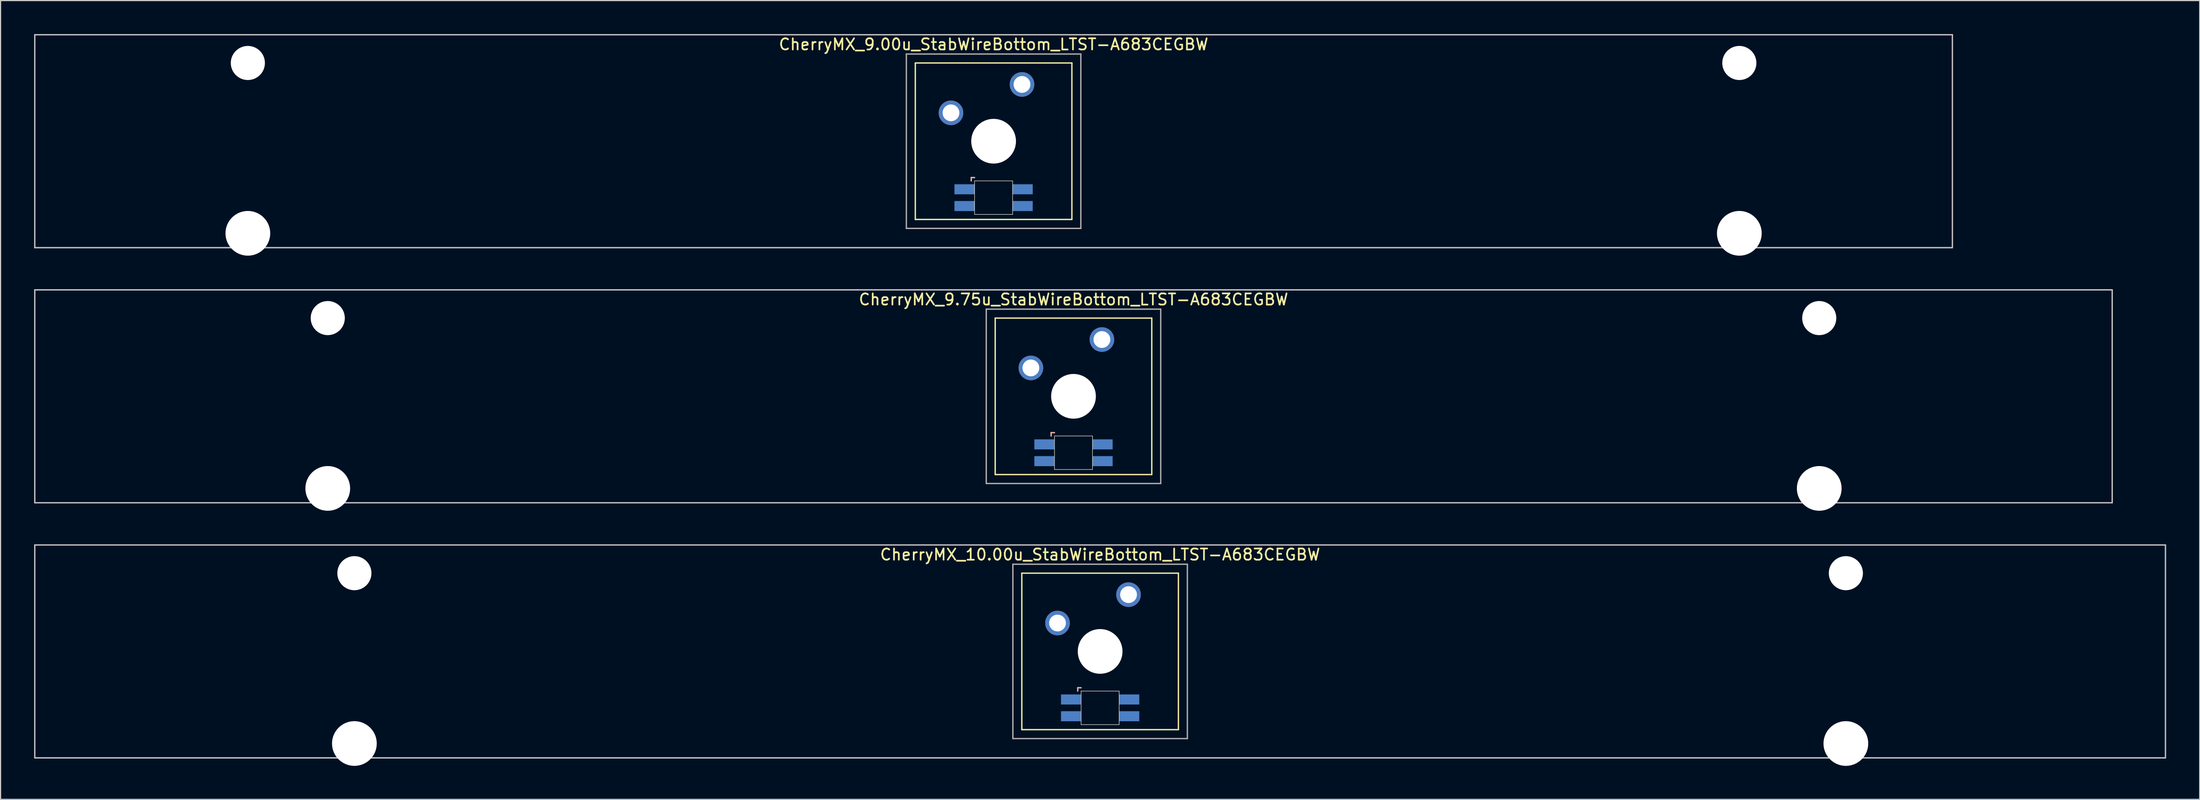
<source format=kicad_pcb>
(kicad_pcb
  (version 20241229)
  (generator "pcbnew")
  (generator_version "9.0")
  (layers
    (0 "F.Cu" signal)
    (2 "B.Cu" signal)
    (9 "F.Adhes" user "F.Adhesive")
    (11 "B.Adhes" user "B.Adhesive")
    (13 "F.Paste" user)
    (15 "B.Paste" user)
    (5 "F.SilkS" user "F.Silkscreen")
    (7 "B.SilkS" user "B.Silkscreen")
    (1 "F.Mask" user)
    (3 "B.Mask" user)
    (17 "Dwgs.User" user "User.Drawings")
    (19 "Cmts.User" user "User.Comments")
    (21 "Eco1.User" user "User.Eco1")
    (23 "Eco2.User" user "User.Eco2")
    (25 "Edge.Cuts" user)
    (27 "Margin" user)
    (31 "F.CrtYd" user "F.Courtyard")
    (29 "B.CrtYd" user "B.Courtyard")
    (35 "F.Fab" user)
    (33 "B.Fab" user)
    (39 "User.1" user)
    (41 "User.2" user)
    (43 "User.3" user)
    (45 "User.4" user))
  (footprint "CherryMX_9.75u_StabWireBottom_LTST-A683CEGBW"
    (layer "F.Cu")
    (at 92.929 32.41)
    (property "Reference" "CherryMX_9.75u_StabWireBottom_LTST-A683CEGBW" (at 0 -8.662 0) (layer "F.SilkS") (effects (font (size 1 1) (thickness 0.15))))
    (attr through_hole)
    (fp_line (start -7 -7) (end -7 7) (stroke (width 0.12) (type solid)) (layer "F.SilkS"))
    (fp_line (start -7 -7) (end 7 -7) (stroke (width 0.12) (type solid)) (layer "F.SilkS"))
    (fp_line (start 7 -7) (end 7 7) (stroke (width 0.12) (type solid)) (layer "F.SilkS"))
    (fp_line (start 7 7) (end -7 7) (stroke (width 0.12) (type solid)) (layer "F.SilkS"))
    (fp_line (start -2 3.25) (end -2 3.55) (stroke (width 0.12) (type solid)) (layer "B.SilkS"))
    (fp_line (start -1.7 3.25) (end -2 3.25) (stroke (width 0.12) (type solid)) (layer "B.SilkS"))
    (fp_line (start -92.869 -9.525) (end 92.869 -9.525) (stroke (width 0.12) (type solid)) (layer "Dwgs.User"))
    (fp_line (start -92.869 9.525) (end -92.869 -9.525) (stroke (width 0.12) (type solid)) (layer "Dwgs.User"))
    (fp_line (start 92.869 -9.525) (end 92.869 9.525) (stroke (width 0.12) (type solid)) (layer "Dwgs.User"))
    (fp_line (start 92.869 9.525) (end -92.869 9.525) (stroke (width 0.12) (type solid)) (layer "Dwgs.User"))
    (fp_line (start -1.7 3.55) (end 1.7 3.55) (stroke (width 0.05) (type solid)) (layer "Edge.Cuts"))
    (fp_line (start -1.7 6.55) (end -1.7 3.55) (stroke (width 0.05) (type solid)) (layer "Edge.Cuts"))
    (fp_line (start 1.7 3.55) (end 1.7 6.55) (stroke (width 0.05) (type solid)) (layer "Edge.Cuts"))
    (fp_line (start 1.7 6.55) (end -1.7 6.55) (stroke (width 0.05) (type solid)) (layer "Edge.Cuts"))
    (fp_line (start -7.8 -7.8) (end -7.8 7.8) (stroke (width 0.12) (type solid)) (layer "F.Fab"))
    (fp_line (start -7.8 -7.8) (end 7.8 -7.8) (stroke (width 0.12) (type solid)) (layer "F.Fab"))
    (fp_line (start -7.8 7.8) (end 7.8 7.8) (stroke (width 0.12) (type solid)) (layer "F.Fab"))
    (fp_line (start 7.8 -7.8) (end 7.8 7.8) (stroke (width 0.12) (type solid)) (layer "F.Fab"))
    (pad "" np_thru_hole circle (at -66.675 -7) (size 3.05 3.05) (drill 3.05) (layers "*.Cu" "*.Mask"))
    (pad "" np_thru_hole circle (at -66.675 8.24) (size 4 4) (drill 4) (layers "*.Cu" "*.Mask"))
    (pad "" np_thru_hole circle (at 0 0) (size 4 4) (drill 4) (layers "*.Cu" "*.Mask"))
    (pad "" np_thru_hole circle (at 66.675 -7) (size 3.05 3.05) (drill 3.05) (layers "*.Cu" "*.Mask"))
    (pad "" np_thru_hole circle (at 66.675 8.24) (size 4 4) (drill 4) (layers "*.Cu" "*.Mask"))
    (pad "1" thru_hole circle (at -3.81 -2.54) (size 2.2 2.2) (drill 1.5) (layers "*.Cu" "*.Mask"))
    (pad "2" thru_hole circle (at 2.54 -5.08) (size 2.2 2.2) (drill 1.5) (layers "*.Cu" "*.Mask"))
    (pad "3" smd rect (at -2.6 4.3) (size 1.8 0.9) (layers "B.Cu" "B.Mask" "B.Paste"))
    (pad "4" smd rect (at -2.6 5.8) (size 1.8 0.9) (layers "B.Cu" "B.Mask" "B.Paste"))
    (pad "5" smd rect (at 2.6 4.3) (size 1.8 0.9) (layers "B.Cu" "B.Mask" "B.Paste"))
    (pad "6" smd rect (at 2.6 5.8) (size 1.8 0.9) (layers "B.Cu" "B.Mask" "B.Paste")))
  (footprint "CherryMX_10.00u_StabWireBottom_LTST-A683CEGBW"
    (layer "F.Cu")
    (at 95.31 55.235)
    (property "Reference" "CherryMX_10.00u_StabWireBottom_LTST-A683CEGBW" (at 0 -8.662 0) (layer "F.SilkS") (effects (font (size 1 1) (thickness 0.15))))
    (attr through_hole)
    (fp_line (start -7 -7) (end -7 7) (stroke (width 0.12) (type solid)) (layer "F.SilkS"))
    (fp_line (start -7 -7) (end 7 -7) (stroke (width 0.12) (type solid)) (layer "F.SilkS"))
    (fp_line (start 7 -7) (end 7 7) (stroke (width 0.12) (type solid)) (layer "F.SilkS"))
    (fp_line (start 7 7) (end -7 7) (stroke (width 0.12) (type solid)) (layer "F.SilkS"))
    (fp_line (start -2 3.25) (end -2 3.55) (stroke (width 0.12) (type solid)) (layer "B.SilkS"))
    (fp_line (start -1.7 3.25) (end -2 3.25) (stroke (width 0.12) (type solid)) (layer "B.SilkS"))
    (fp_line (start -95.25 -9.525) (end 95.25 -9.525) (stroke (width 0.12) (type solid)) (layer "Dwgs.User"))
    (fp_line (start -95.25 9.525) (end -95.25 -9.525) (stroke (width 0.12) (type solid)) (layer "Dwgs.User"))
    (fp_line (start 95.25 -9.525) (end 95.25 9.525) (stroke (width 0.12) (type solid)) (layer "Dwgs.User"))
    (fp_line (start 95.25 9.525) (end -95.25 9.525) (stroke (width 0.12) (type solid)) (layer "Dwgs.User"))
    (fp_line (start -1.7 3.55) (end 1.7 3.55) (stroke (width 0.05) (type solid)) (layer "Edge.Cuts"))
    (fp_line (start -1.7 6.55) (end -1.7 3.55) (stroke (width 0.05) (type solid)) (layer "Edge.Cuts"))
    (fp_line (start 1.7 3.55) (end 1.7 6.55) (stroke (width 0.05) (type solid)) (layer "Edge.Cuts"))
    (fp_line (start 1.7 6.55) (end -1.7 6.55) (stroke (width 0.05) (type solid)) (layer "Edge.Cuts"))
    (fp_line (start -7.8 -7.8) (end -7.8 7.8) (stroke (width 0.12) (type solid)) (layer "F.Fab"))
    (fp_line (start -7.8 -7.8) (end 7.8 -7.8) (stroke (width 0.12) (type solid)) (layer "F.Fab"))
    (fp_line (start -7.8 7.8) (end 7.8 7.8) (stroke (width 0.12) (type solid)) (layer "F.Fab"))
    (fp_line (start 7.8 -7.8) (end 7.8 7.8) (stroke (width 0.12) (type solid)) (layer "F.Fab"))
    (pad "" np_thru_hole circle (at -66.675 -7) (size 3.05 3.05) (drill 3.05) (layers "*.Cu" "*.Mask"))
    (pad "" np_thru_hole circle (at -66.675 8.24) (size 4 4) (drill 4) (layers "*.Cu" "*.Mask"))
    (pad "" np_thru_hole circle (at 0 0) (size 4 4) (drill 4) (layers "*.Cu" "*.Mask"))
    (pad "" np_thru_hole circle (at 66.675 -7) (size 3.05 3.05) (drill 3.05) (layers "*.Cu" "*.Mask"))
    (pad "" np_thru_hole circle (at 66.675 8.24) (size 4 4) (drill 4) (layers "*.Cu" "*.Mask"))
    (pad "1" thru_hole circle (at -3.81 -2.54) (size 2.2 2.2) (drill 1.5) (layers "*.Cu" "*.Mask"))
    (pad "2" thru_hole circle (at 2.54 -5.08) (size 2.2 2.2) (drill 1.5) (layers "*.Cu" "*.Mask"))
    (pad "3" smd rect (at -2.6 4.3) (size 1.8 0.9) (layers "B.Cu" "B.Mask" "B.Paste"))
    (pad "4" smd rect (at -2.6 5.8) (size 1.8 0.9) (layers "B.Cu" "B.Mask" "B.Paste"))
    (pad "5" smd rect (at 2.6 4.3) (size 1.8 0.9) (layers "B.Cu" "B.Mask" "B.Paste"))
    (pad "6" smd rect (at 2.6 5.8) (size 1.8 0.9) (layers "B.Cu" "B.Mask" "B.Paste")))
  (footprint "CherryMX_9.00u_StabWireBottom_LTST-A683CEGBW"
    (layer "F.Cu")
    (at 85.785 9.585)
    (property "Reference" "CherryMX_9.00u_StabWireBottom_LTST-A683CEGBW" (at 0 -8.662 0) (layer "F.SilkS") (effects (font (size 1 1) (thickness 0.15))))
    (attr through_hole)
    (fp_line (start -7 -7) (end -7 7) (stroke (width 0.12) (type solid)) (layer "F.SilkS"))
    (fp_line (start -7 -7) (end 7 -7) (stroke (width 0.12) (type solid)) (layer "F.SilkS"))
    (fp_line (start 7 -7) (end 7 7) (stroke (width 0.12) (type solid)) (layer "F.SilkS"))
    (fp_line (start 7 7) (end -7 7) (stroke (width 0.12) (type solid)) (layer "F.SilkS"))
    (fp_line (start -2 3.25) (end -2 3.55) (stroke (width 0.12) (type solid)) (layer "B.SilkS"))
    (fp_line (start -1.7 3.25) (end -2 3.25) (stroke (width 0.12) (type solid)) (layer "B.SilkS"))
    (fp_line (start -85.725 -9.525) (end 85.725 -9.525) (stroke (width 0.12) (type solid)) (layer "Dwgs.User"))
    (fp_line (start -85.725 9.525) (end -85.725 -9.525) (stroke (width 0.12) (type solid)) (layer "Dwgs.User"))
    (fp_line (start 85.725 -9.525) (end 85.725 9.525) (stroke (width 0.12) (type solid)) (layer "Dwgs.User"))
    (fp_line (start 85.725 9.525) (end -85.725 9.525) (stroke (width 0.12) (type solid)) (layer "Dwgs.User"))
    (fp_line (start -1.7 3.55) (end 1.7 3.55) (stroke (width 0.05) (type solid)) (layer "Edge.Cuts"))
    (fp_line (start -1.7 6.55) (end -1.7 3.55) (stroke (width 0.05) (type solid)) (layer "Edge.Cuts"))
    (fp_line (start 1.7 3.55) (end 1.7 6.55) (stroke (width 0.05) (type solid)) (layer "Edge.Cuts"))
    (fp_line (start 1.7 6.55) (end -1.7 6.55) (stroke (width 0.05) (type solid)) (layer "Edge.Cuts"))
    (fp_line (start -7.8 -7.8) (end -7.8 7.8) (stroke (width 0.12) (type solid)) (layer "F.Fab"))
    (fp_line (start -7.8 -7.8) (end 7.8 -7.8) (stroke (width 0.12) (type solid)) (layer "F.Fab"))
    (fp_line (start -7.8 7.8) (end 7.8 7.8) (stroke (width 0.12) (type solid)) (layer "F.Fab"))
    (fp_line (start 7.8 -7.8) (end 7.8 7.8) (stroke (width 0.12) (type solid)) (layer "F.Fab"))
    (pad "" np_thru_hole circle (at -66.675 -7) (size 3.05 3.05) (drill 3.05) (layers "*.Cu" "*.Mask"))
    (pad "" np_thru_hole circle (at -66.675 8.24) (size 4 4) (drill 4) (layers "*.Cu" "*.Mask"))
    (pad "" np_thru_hole circle (at 0 0) (size 4 4) (drill 4) (layers "*.Cu" "*.Mask"))
    (pad "" np_thru_hole circle (at 66.675 -7) (size 3.05 3.05) (drill 3.05) (layers "*.Cu" "*.Mask"))
    (pad "" np_thru_hole circle (at 66.675 8.24) (size 4 4) (drill 4) (layers "*.Cu" "*.Mask"))
    (pad "1" thru_hole circle (at -3.81 -2.54) (size 2.2 2.2) (drill 1.5) (layers "*.Cu" "*.Mask"))
    (pad "2" thru_hole circle (at 2.54 -5.08) (size 2.2 2.2) (drill 1.5) (layers "*.Cu" "*.Mask"))
    (pad "3" smd rect (at -2.6 4.3) (size 1.8 0.9) (layers "B.Cu" "B.Mask" "B.Paste"))
    (pad "4" smd rect (at -2.6 5.8) (size 1.8 0.9) (layers "B.Cu" "B.Mask" "B.Paste"))
    (pad "5" smd rect (at 2.6 4.3) (size 1.8 0.9) (layers "B.Cu" "B.Mask" "B.Paste"))
    (pad "6" smd rect (at 2.6 5.8) (size 1.8 0.9) (layers "B.Cu" "B.Mask" "B.Paste")))
  (gr_rect
    (start -3 -3)
    (end 193.62 68.475)
    (stroke (width 0.1) (type default))
    (fill no)
    (layer "Edge.Cuts")))
</source>
